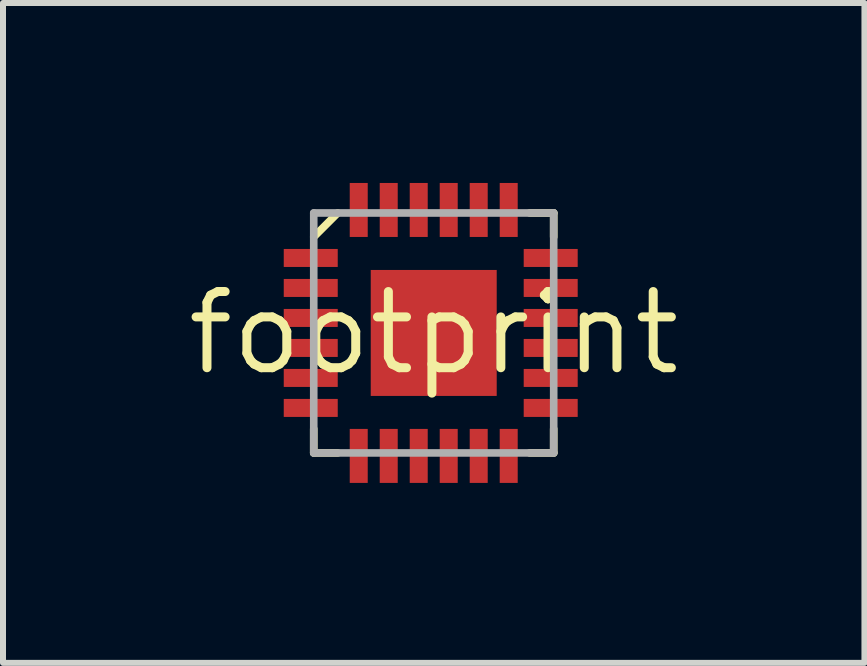
<source format=kicad_pcb>
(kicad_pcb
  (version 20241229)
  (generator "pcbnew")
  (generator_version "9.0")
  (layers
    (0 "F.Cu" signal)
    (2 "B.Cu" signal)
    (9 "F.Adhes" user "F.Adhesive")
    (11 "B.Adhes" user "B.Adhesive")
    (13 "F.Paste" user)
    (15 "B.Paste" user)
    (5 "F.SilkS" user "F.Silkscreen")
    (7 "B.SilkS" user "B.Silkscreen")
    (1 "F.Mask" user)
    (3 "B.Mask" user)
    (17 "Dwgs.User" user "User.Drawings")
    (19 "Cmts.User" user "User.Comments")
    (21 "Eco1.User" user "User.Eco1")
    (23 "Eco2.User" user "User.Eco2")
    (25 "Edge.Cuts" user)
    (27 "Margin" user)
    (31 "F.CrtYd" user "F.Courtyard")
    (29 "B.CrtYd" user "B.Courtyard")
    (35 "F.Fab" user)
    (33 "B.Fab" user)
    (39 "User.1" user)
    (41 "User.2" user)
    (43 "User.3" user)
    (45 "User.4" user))
  (footprint "footprint"
    (layer "F.Cu")
    (at 4.18 2.5)
    (property "Reference" "footprint" (at 0 0 0) (layer "F.SilkS") (effects (font (size 1.27 1.27) (thickness 0.15))))
    (fp_line (start -2 -1.6) (end -1.6 -2) (stroke (width 0.127) (type solid)) (layer "F.SilkS"))
    (fp_line (start -2 2) (end -2 1.6) (stroke (width 0.127) (type solid)) (layer "F.SilkS"))
    (fp_line (start -2 2) (end -1.6 2) (stroke (width 0.127) (type solid)) (layer "F.SilkS"))
    (fp_line (start 2 -2) (end 1.6 -2) (stroke (width 0.127) (type solid)) (layer "F.SilkS"))
    (fp_line (start 2 -2) (end 2 -1.6) (stroke (width 0.127) (type solid)) (layer "F.SilkS"))
    (fp_line (start 2 2) (end 1.6 2) (stroke (width 0.127) (type solid)) (layer "F.SilkS"))
    (fp_line (start 2 2) (end 2 1.6) (stroke (width 0.127) (type solid)) (layer "F.SilkS"))
    (fp_line (start -2 -2) (end 2 -2) (stroke (width 0.127) (type solid)) (layer "F.Fab"))
    (fp_line (start -2 2) (end -2 -2) (stroke (width 0.127) (type solid)) (layer "F.Fab"))
    (fp_line (start 2 -2) (end 2 2) (stroke (width 0.127) (type solid)) (layer "F.Fab"))
    (fp_line (start 2 2) (end -2 2) (stroke (width 0.127) (type solid)) (layer "F.Fab"))
    (pad "1" smd rect (at -2.05 -1.25 90) (size 0.3 0.9) (layers "F.Cu" "F.Mask" "F.Paste"))
    (pad "2" smd rect (at -2.05 -0.75 90) (size 0.3 0.9) (layers "F.Cu" "F.Mask" "F.Paste"))
    (pad "3" smd rect (at -2.05 -0.25 90) (size 0.3 0.9) (layers "F.Cu" "F.Mask" "F.Paste"))
    (pad "4" smd rect (at -2.05 0.25 90) (size 0.3 0.9) (layers "F.Cu" "F.Mask" "F.Paste"))
    (pad "5" smd rect (at -2.05 0.75 90) (size 0.3 0.9) (layers "F.Cu" "F.Mask" "F.Paste"))
    (pad "6" smd rect (at -2.05 1.25 90) (size 0.3 0.9) (layers "F.Cu" "F.Mask" "F.Paste"))
    (pad "7" smd rect (at -1.25 2.05) (size 0.3 0.9) (layers "F.Cu" "F.Mask" "F.Paste"))
    (pad "8" smd rect (at -0.75 2.05) (size 0.3 0.9) (layers "F.Cu" "F.Mask" "F.Paste"))
    (pad "9" smd rect (at -0.25 2.05) (size 0.3 0.9) (layers "F.Cu" "F.Mask" "F.Paste"))
    (pad "10" smd rect (at 0.25 2.05) (size 0.3 0.9) (layers "F.Cu" "F.Mask" "F.Paste"))
    (pad "11" smd rect (at 0.75 2.05) (size 0.3 0.9) (layers "F.Cu" "F.Mask" "F.Paste"))
    (pad "12" smd rect (at 1.25 2.05) (size 0.3 0.9) (layers "F.Cu" "F.Mask" "F.Paste"))
    (pad "13" smd rect (at 1.95 1.25 90) (size 0.3 0.9) (layers "F.Cu" "F.Mask" "F.Paste"))
    (pad "14" smd rect (at 1.95 0.75 90) (size 0.3 0.9) (layers "F.Cu" "F.Mask" "F.Paste"))
    (pad "15" smd rect (at 1.95 0.25 90) (size 0.3 0.9) (layers "F.Cu" "F.Mask" "F.Paste"))
    (pad "16" smd rect (at 1.95 -0.25 90) (size 0.3 0.9) (layers "F.Cu" "F.Mask" "F.Paste"))
    (pad "17" smd rect (at 1.95 -0.75 90) (size 0.3 0.9) (layers "F.Cu" "F.Mask" "F.Paste"))
    (pad "18" smd rect (at 1.95 -1.25 90) (size 0.3 0.9) (layers "F.Cu" "F.Mask" "F.Paste"))
    (pad "19" smd rect (at 1.25 -2.05) (size 0.3 0.9) (layers "F.Cu" "F.Mask" "F.Paste"))
    (pad "20" smd rect (at 0.75 -2.05) (size 0.3 0.9) (layers "F.Cu" "F.Mask" "F.Paste"))
    (pad "21" smd rect (at 0.25 -2.05) (size 0.3 0.9) (layers "F.Cu" "F.Mask" "F.Paste"))
    (pad "22" smd rect (at -0.25 -2.05) (size 0.3 0.9) (layers "F.Cu" "F.Mask" "F.Paste"))
    (pad "23" smd rect (at -0.75 -2.05) (size 0.3 0.9) (layers "F.Cu" "F.Mask" "F.Paste"))
    (pad "24" smd rect (at -1.25 -2.05) (size 0.3 0.9) (layers "F.Cu" "F.Mask" "F.Paste"))
    (pad "EP" smd rect (at 0 0) (size 2.1 2.1) (layers "F.Cu" "F.Mask" "F.Paste")))
  (gr_rect
    (start -3 -3)
    (end 11.36 8)
    (stroke (width 0.1) (type default))
    (fill no)
    (layer "Edge.Cuts")))
</source>
